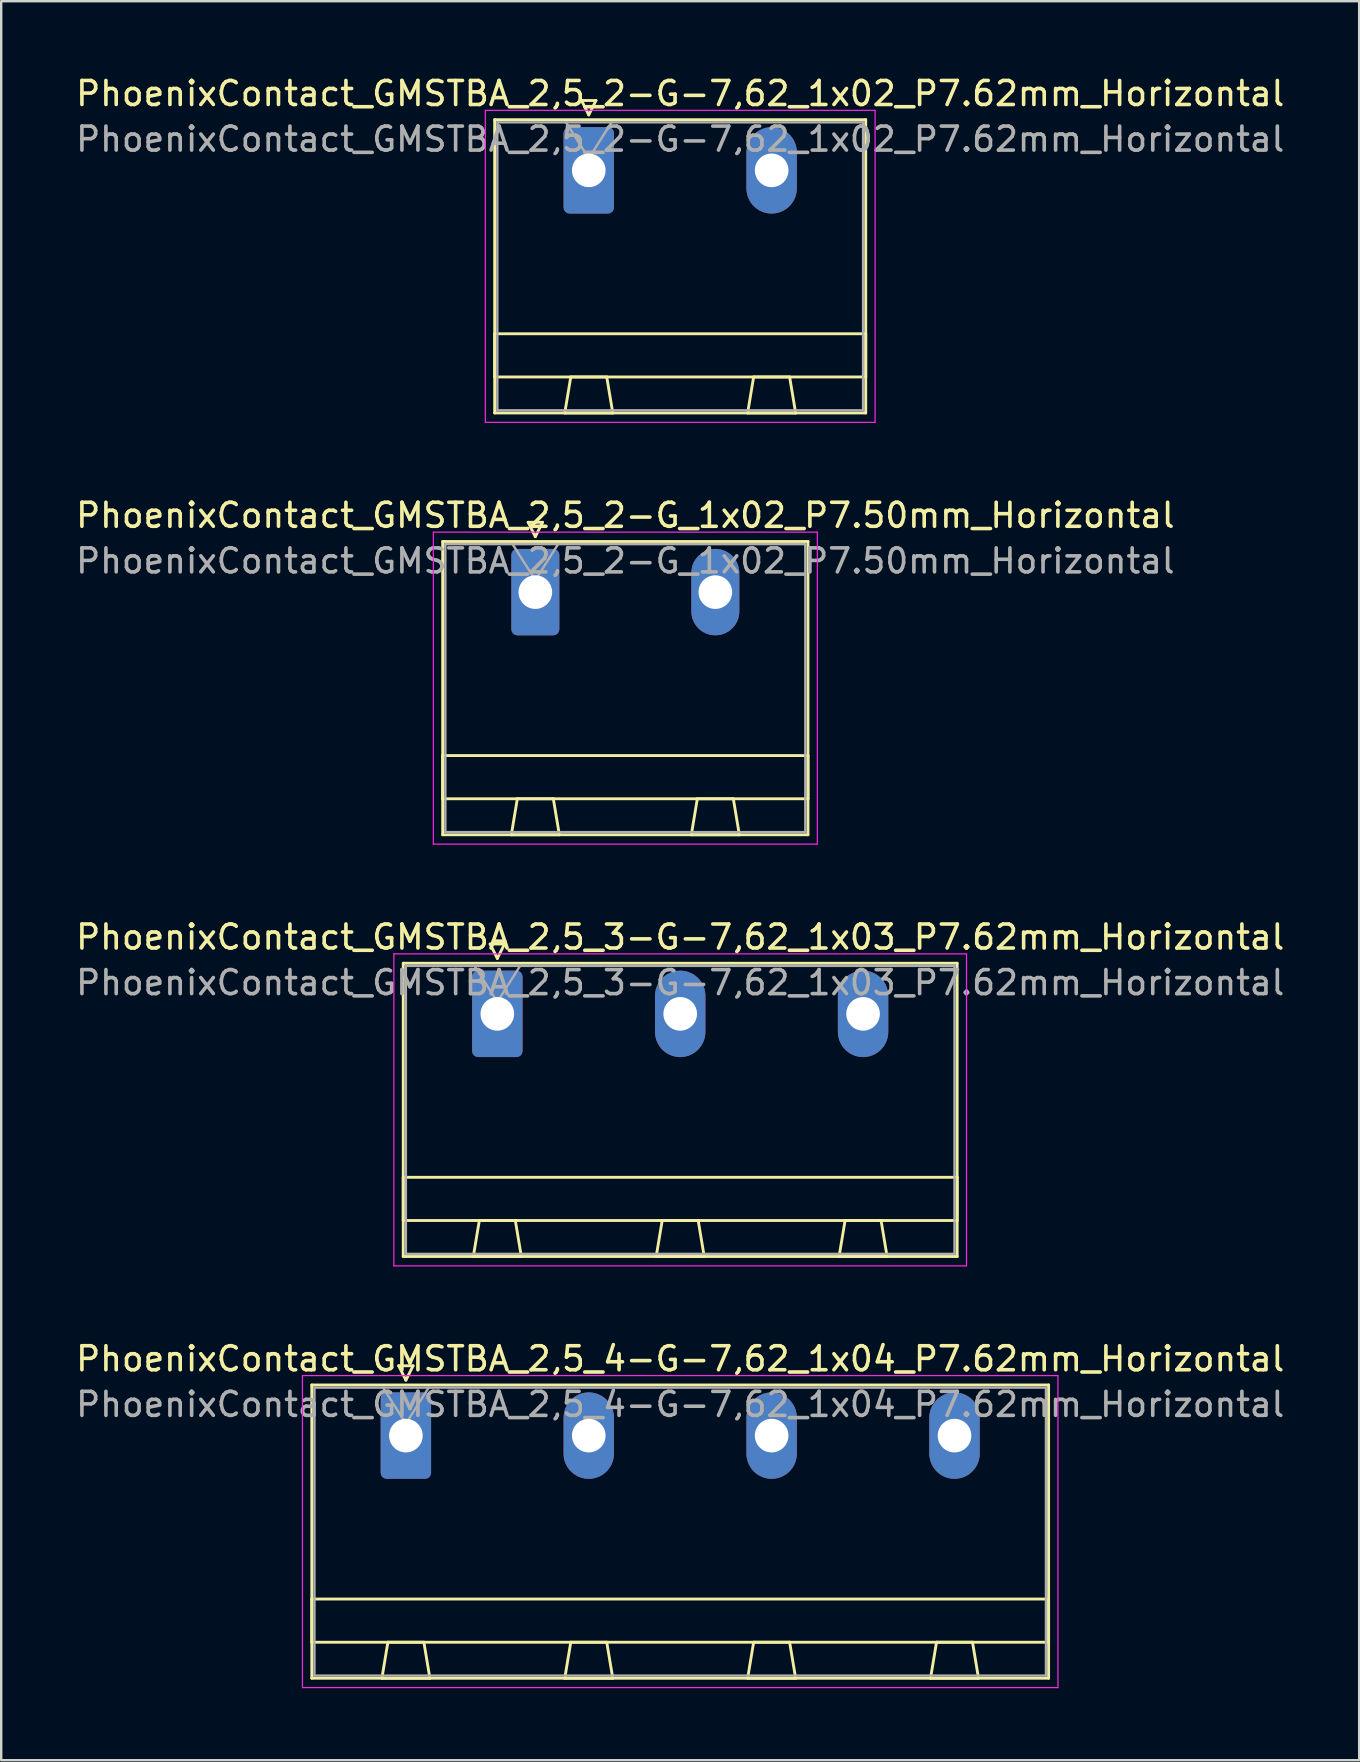
<source format=kicad_pcb>
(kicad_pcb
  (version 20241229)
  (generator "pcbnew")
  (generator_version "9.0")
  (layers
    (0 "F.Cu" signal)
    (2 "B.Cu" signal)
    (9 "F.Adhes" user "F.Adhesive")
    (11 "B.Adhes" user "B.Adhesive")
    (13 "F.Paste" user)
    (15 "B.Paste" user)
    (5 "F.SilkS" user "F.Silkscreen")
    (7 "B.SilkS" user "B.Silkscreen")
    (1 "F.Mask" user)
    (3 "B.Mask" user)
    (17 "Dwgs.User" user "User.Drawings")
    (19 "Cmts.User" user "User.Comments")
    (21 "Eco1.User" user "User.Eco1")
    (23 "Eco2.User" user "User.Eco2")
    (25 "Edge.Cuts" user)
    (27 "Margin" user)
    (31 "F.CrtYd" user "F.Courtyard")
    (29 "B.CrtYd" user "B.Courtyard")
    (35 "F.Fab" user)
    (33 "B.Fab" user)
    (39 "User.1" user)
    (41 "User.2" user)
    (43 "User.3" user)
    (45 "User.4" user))
  (footprint "PhoenixContact_GMSTBA_2,5_3-G-7,62_1x03_P7.62mm_Horizontal"
    (layer "F.Cu")
    (at 17.672 39.195)
    (property "Reference" "PhoenixContact_GMSTBA_2,5_3-G-7,62_1x03_P7.62mm_Horizontal" (at 7.62 -3.2 0) (layer "F.SilkS") (effects (font (size 1 1) (thickness 0.15))))
    (attr through_hole)
    (fp_line (start -3.92 -2.11) (end -3.92 10.11) (stroke (width 0.12) (type solid)) (layer "F.SilkS"))
    (fp_line (start -3.92 6.81) (end 19.16 6.81) (stroke (width 0.12) (type solid)) (layer "F.SilkS"))
    (fp_line (start -3.92 8.61) (end -3.92 6.81) (stroke (width 0.12) (type solid)) (layer "F.SilkS"))
    (fp_line (start -3.92 10.11) (end 19.16 10.11) (stroke (width 0.12) (type solid)) (layer "F.SilkS"))
    (fp_line (start -1 10.11) (end 1 10.11) (stroke (width 0.12) (type solid)) (layer "F.SilkS"))
    (fp_line (start -0.75 8.61) (end -1 10.11) (stroke (width 0.12) (type solid)) (layer "F.SilkS"))
    (fp_line (start -0.3 -2.91) (end 0.3 -2.91) (stroke (width 0.12) (type solid)) (layer "F.SilkS"))
    (fp_line (start 0 -2.31) (end -0.3 -2.91) (stroke (width 0.12) (type solid)) (layer "F.SilkS"))
    (fp_line (start 0.3 -2.91) (end 0 -2.31) (stroke (width 0.12) (type solid)) (layer "F.SilkS"))
    (fp_line (start 0.75 8.61) (end -0.75 8.61) (stroke (width 0.12) (type solid)) (layer "F.SilkS"))
    (fp_line (start 1 10.11) (end 0.75 8.61) (stroke (width 0.12) (type solid)) (layer "F.SilkS"))
    (fp_line (start 6.62 10.11) (end 8.62 10.11) (stroke (width 0.12) (type solid)) (layer "F.SilkS"))
    (fp_line (start 6.87 8.61) (end 6.62 10.11) (stroke (width 0.12) (type solid)) (layer "F.SilkS"))
    (fp_line (start 8.37 8.61) (end 6.87 8.61) (stroke (width 0.12) (type solid)) (layer "F.SilkS"))
    (fp_line (start 8.62 10.11) (end 8.37 8.61) (stroke (width 0.12) (type solid)) (layer "F.SilkS"))
    (fp_line (start 14.24 10.11) (end 16.24 10.11) (stroke (width 0.12) (type solid)) (layer "F.SilkS"))
    (fp_line (start 14.49 8.61) (end 14.24 10.11) (stroke (width 0.12) (type solid)) (layer "F.SilkS"))
    (fp_line (start 15.99 8.61) (end 14.49 8.61) (stroke (width 0.12) (type solid)) (layer "F.SilkS"))
    (fp_line (start 16.24 10.11) (end 15.99 8.61) (stroke (width 0.12) (type solid)) (layer "F.SilkS"))
    (fp_line (start 19.16 -2.11) (end -3.92 -2.11) (stroke (width 0.12) (type solid)) (layer "F.SilkS"))
    (fp_line (start 19.16 6.81) (end 19.16 8.61) (stroke (width 0.12) (type solid)) (layer "F.SilkS"))
    (fp_line (start 19.16 8.61) (end -3.92 8.61) (stroke (width 0.12) (type solid)) (layer "F.SilkS"))
    (fp_line (start 19.16 10.11) (end 19.16 -2.11) (stroke (width 0.12) (type solid)) (layer "F.SilkS"))
    (fp_line (start -4.31 -2.5) (end -4.31 10.5) (stroke (width 0.05) (type solid)) (layer "F.CrtYd"))
    (fp_line (start -4.31 10.5) (end 19.55 10.5) (stroke (width 0.05) (type solid)) (layer "F.CrtYd"))
    (fp_line (start 19.55 -2.5) (end -4.31 -2.5) (stroke (width 0.05) (type solid)) (layer "F.CrtYd"))
    (fp_line (start 19.55 10.5) (end 19.55 -2.5) (stroke (width 0.05) (type solid)) (layer "F.CrtYd"))
    (fp_line (start -3.81 -2) (end -3.81 10) (stroke (width 0.1) (type solid)) (layer "F.Fab"))
    (fp_line (start -3.81 10) (end 19.05 10) (stroke (width 0.1) (type solid)) (layer "F.Fab"))
    (fp_line (start 0 -0.5) (end -0.95 -2) (stroke (width 0.1) (type solid)) (layer "F.Fab"))
    (fp_line (start 0.95 -2) (end 0 -0.5) (stroke (width 0.1) (type solid)) (layer "F.Fab"))
    (fp_line (start 19.05 -2) (end -3.81 -2) (stroke (width 0.1) (type solid)) (layer "F.Fab"))
    (fp_line (start 19.05 10) (end 19.05 -2) (stroke (width 0.1) (type solid)) (layer "F.Fab"))
    (fp_text user "${REFERENCE}" (at 7.62 -1.3 0) (layer "F.Fab") (effects (font (size 1 1) (thickness 0.15))))
    (pad "1" thru_hole roundrect (at 0 0) (size 2.1 3.6) (drill 1.4) (layers "*.Cu" "*.Mask") (roundrect_rratio 0.119))
    (pad "2" thru_hole oval (at 7.62 0) (size 2.1 3.6) (drill 1.4) (layers "*.Cu" "*.Mask"))
    (pad "3" thru_hole oval (at 15.24 0) (size 2.1 3.6) (drill 1.4) (layers "*.Cu" "*.Mask")))
  (footprint "PhoenixContact_GMSTBA_2,5_4-G-7,62_1x04_P7.62mm_Horizontal"
    (layer "F.Cu")
    (at 13.862 56.768)
    (property "Reference" "PhoenixContact_GMSTBA_2,5_4-G-7,62_1x04_P7.62mm_Horizontal" (at 11.43 -3.2 0) (layer "F.SilkS") (effects (font (size 1 1) (thickness 0.15))))
    (attr through_hole)
    (fp_line (start -3.92 -2.11) (end -3.92 10.11) (stroke (width 0.12) (type solid)) (layer "F.SilkS"))
    (fp_line (start -3.92 6.81) (end 26.78 6.81) (stroke (width 0.12) (type solid)) (layer "F.SilkS"))
    (fp_line (start -3.92 8.61) (end -3.92 6.81) (stroke (width 0.12) (type solid)) (layer "F.SilkS"))
    (fp_line (start -3.92 10.11) (end 26.78 10.11) (stroke (width 0.12) (type solid)) (layer "F.SilkS"))
    (fp_line (start -1 10.11) (end 1 10.11) (stroke (width 0.12) (type solid)) (layer "F.SilkS"))
    (fp_line (start -0.75 8.61) (end -1 10.11) (stroke (width 0.12) (type solid)) (layer "F.SilkS"))
    (fp_line (start -0.3 -2.91) (end 0.3 -2.91) (stroke (width 0.12) (type solid)) (layer "F.SilkS"))
    (fp_line (start 0 -2.31) (end -0.3 -2.91) (stroke (width 0.12) (type solid)) (layer "F.SilkS"))
    (fp_line (start 0.3 -2.91) (end 0 -2.31) (stroke (width 0.12) (type solid)) (layer "F.SilkS"))
    (fp_line (start 0.75 8.61) (end -0.75 8.61) (stroke (width 0.12) (type solid)) (layer "F.SilkS"))
    (fp_line (start 1 10.11) (end 0.75 8.61) (stroke (width 0.12) (type solid)) (layer "F.SilkS"))
    (fp_line (start 6.62 10.11) (end 8.62 10.11) (stroke (width 0.12) (type solid)) (layer "F.SilkS"))
    (fp_line (start 6.87 8.61) (end 6.62 10.11) (stroke (width 0.12) (type solid)) (layer "F.SilkS"))
    (fp_line (start 8.37 8.61) (end 6.87 8.61) (stroke (width 0.12) (type solid)) (layer "F.SilkS"))
    (fp_line (start 8.62 10.11) (end 8.37 8.61) (stroke (width 0.12) (type solid)) (layer "F.SilkS"))
    (fp_line (start 14.24 10.11) (end 16.24 10.11) (stroke (width 0.12) (type solid)) (layer "F.SilkS"))
    (fp_line (start 14.49 8.61) (end 14.24 10.11) (stroke (width 0.12) (type solid)) (layer "F.SilkS"))
    (fp_line (start 15.99 8.61) (end 14.49 8.61) (stroke (width 0.12) (type solid)) (layer "F.SilkS"))
    (fp_line (start 16.24 10.11) (end 15.99 8.61) (stroke (width 0.12) (type solid)) (layer "F.SilkS"))
    (fp_line (start 21.86 10.11) (end 23.86 10.11) (stroke (width 0.12) (type solid)) (layer "F.SilkS"))
    (fp_line (start 22.11 8.61) (end 21.86 10.11) (stroke (width 0.12) (type solid)) (layer "F.SilkS"))
    (fp_line (start 23.61 8.61) (end 22.11 8.61) (stroke (width 0.12) (type solid)) (layer "F.SilkS"))
    (fp_line (start 23.86 10.11) (end 23.61 8.61) (stroke (width 0.12) (type solid)) (layer "F.SilkS"))
    (fp_line (start 26.78 -2.11) (end -3.92 -2.11) (stroke (width 0.12) (type solid)) (layer "F.SilkS"))
    (fp_line (start 26.78 6.81) (end 26.78 8.61) (stroke (width 0.12) (type solid)) (layer "F.SilkS"))
    (fp_line (start 26.78 8.61) (end -3.92 8.61) (stroke (width 0.12) (type solid)) (layer "F.SilkS"))
    (fp_line (start 26.78 10.11) (end 26.78 -2.11) (stroke (width 0.12) (type solid)) (layer "F.SilkS"))
    (fp_line (start -4.31 -2.5) (end -4.31 10.5) (stroke (width 0.05) (type solid)) (layer "F.CrtYd"))
    (fp_line (start -4.31 10.5) (end 27.17 10.5) (stroke (width 0.05) (type solid)) (layer "F.CrtYd"))
    (fp_line (start 27.17 -2.5) (end -4.31 -2.5) (stroke (width 0.05) (type solid)) (layer "F.CrtYd"))
    (fp_line (start 27.17 10.5) (end 27.17 -2.5) (stroke (width 0.05) (type solid)) (layer "F.CrtYd"))
    (fp_line (start -3.81 -2) (end -3.81 10) (stroke (width 0.1) (type solid)) (layer "F.Fab"))
    (fp_line (start -3.81 10) (end 26.67 10) (stroke (width 0.1) (type solid)) (layer "F.Fab"))
    (fp_line (start 0 -0.5) (end -0.95 -2) (stroke (width 0.1) (type solid)) (layer "F.Fab"))
    (fp_line (start 0.95 -2) (end 0 -0.5) (stroke (width 0.1) (type solid)) (layer "F.Fab"))
    (fp_line (start 26.67 -2) (end -3.81 -2) (stroke (width 0.1) (type solid)) (layer "F.Fab"))
    (fp_line (start 26.67 10) (end 26.67 -2) (stroke (width 0.1) (type solid)) (layer "F.Fab"))
    (fp_text user "${REFERENCE}" (at 11.43 -1.3 0) (layer "F.Fab") (effects (font (size 1 1) (thickness 0.15))))
    (pad "1" thru_hole roundrect (at 0 0) (size 2.1 3.6) (drill 1.4) (layers "*.Cu" "*.Mask") (roundrect_rratio 0.119))
    (pad "2" thru_hole oval (at 7.62 0) (size 2.1 3.6) (drill 1.4) (layers "*.Cu" "*.Mask"))
    (pad "3" thru_hole oval (at 15.24 0) (size 2.1 3.6) (drill 1.4) (layers "*.Cu" "*.Mask"))
    (pad "4" thru_hole oval (at 22.86 0) (size 2.1 3.6) (drill 1.4) (layers "*.Cu" "*.Mask")))
  (footprint "PhoenixContact_GMSTBA_2,5_2-G-7,62_1x02_P7.62mm_Horizontal"
    (layer "F.Cu")
    (at 21.482 4.048)
    (property "Reference" "PhoenixContact_GMSTBA_2,5_2-G-7,62_1x02_P7.62mm_Horizontal" (at 3.81 -3.2 0) (layer "F.SilkS") (effects (font (size 1 1) (thickness 0.15))))
    (attr through_hole)
    (fp_line (start -3.92 -2.11) (end -3.92 10.11) (stroke (width 0.12) (type solid)) (layer "F.SilkS"))
    (fp_line (start -3.92 6.81) (end 11.54 6.81) (stroke (width 0.12) (type solid)) (layer "F.SilkS"))
    (fp_line (start -3.92 8.61) (end -3.92 6.81) (stroke (width 0.12) (type solid)) (layer "F.SilkS"))
    (fp_line (start -3.92 10.11) (end 11.54 10.11) (stroke (width 0.12) (type solid)) (layer "F.SilkS"))
    (fp_line (start -1 10.11) (end 1 10.11) (stroke (width 0.12) (type solid)) (layer "F.SilkS"))
    (fp_line (start -0.75 8.61) (end -1 10.11) (stroke (width 0.12) (type solid)) (layer "F.SilkS"))
    (fp_line (start -0.3 -2.91) (end 0.3 -2.91) (stroke (width 0.12) (type solid)) (layer "F.SilkS"))
    (fp_line (start 0 -2.31) (end -0.3 -2.91) (stroke (width 0.12) (type solid)) (layer "F.SilkS"))
    (fp_line (start 0.3 -2.91) (end 0 -2.31) (stroke (width 0.12) (type solid)) (layer "F.SilkS"))
    (fp_line (start 0.75 8.61) (end -0.75 8.61) (stroke (width 0.12) (type solid)) (layer "F.SilkS"))
    (fp_line (start 1 10.11) (end 0.75 8.61) (stroke (width 0.12) (type solid)) (layer "F.SilkS"))
    (fp_line (start 6.62 10.11) (end 8.62 10.11) (stroke (width 0.12) (type solid)) (layer "F.SilkS"))
    (fp_line (start 6.87 8.61) (end 6.62 10.11) (stroke (width 0.12) (type solid)) (layer "F.SilkS"))
    (fp_line (start 8.37 8.61) (end 6.87 8.61) (stroke (width 0.12) (type solid)) (layer "F.SilkS"))
    (fp_line (start 8.62 10.11) (end 8.37 8.61) (stroke (width 0.12) (type solid)) (layer "F.SilkS"))
    (fp_line (start 11.54 -2.11) (end -3.92 -2.11) (stroke (width 0.12) (type solid)) (layer "F.SilkS"))
    (fp_line (start 11.54 6.81) (end 11.54 8.61) (stroke (width 0.12) (type solid)) (layer "F.SilkS"))
    (fp_line (start 11.54 8.61) (end -3.92 8.61) (stroke (width 0.12) (type solid)) (layer "F.SilkS"))
    (fp_line (start 11.54 10.11) (end 11.54 -2.11) (stroke (width 0.12) (type solid)) (layer "F.SilkS"))
    (fp_line (start -4.31 -2.5) (end -4.31 10.5) (stroke (width 0.05) (type solid)) (layer "F.CrtYd"))
    (fp_line (start -4.31 10.5) (end 11.93 10.5) (stroke (width 0.05) (type solid)) (layer "F.CrtYd"))
    (fp_line (start 11.93 -2.5) (end -4.31 -2.5) (stroke (width 0.05) (type solid)) (layer "F.CrtYd"))
    (fp_line (start 11.93 10.5) (end 11.93 -2.5) (stroke (width 0.05) (type solid)) (layer "F.CrtYd"))
    (fp_line (start -3.81 -2) (end -3.81 10) (stroke (width 0.1) (type solid)) (layer "F.Fab"))
    (fp_line (start -3.81 10) (end 11.43 10) (stroke (width 0.1) (type solid)) (layer "F.Fab"))
    (fp_line (start 0 -0.5) (end -0.95 -2) (stroke (width 0.1) (type solid)) (layer "F.Fab"))
    (fp_line (start 0.95 -2) (end 0 -0.5) (stroke (width 0.1) (type solid)) (layer "F.Fab"))
    (fp_line (start 11.43 -2) (end -3.81 -2) (stroke (width 0.1) (type solid)) (layer "F.Fab"))
    (fp_line (start 11.43 10) (end 11.43 -2) (stroke (width 0.1) (type solid)) (layer "F.Fab"))
    (fp_text user "${REFERENCE}" (at 3.81 -1.3 0) (layer "F.Fab") (effects (font (size 1 1) (thickness 0.15))))
    (pad "1" thru_hole roundrect (at 0 0) (size 2.1 3.6) (drill 1.4) (layers "*.Cu" "*.Mask") (roundrect_rratio 0.119))
    (pad "2" thru_hole oval (at 7.62 0) (size 2.1 3.6) (drill 1.4) (layers "*.Cu" "*.Mask")))
  (footprint "PhoenixContact_GMSTBA_2,5_2-G_1x02_P7.50mm_Horizontal"
    (layer "F.Cu")
    (at 19.256 21.622)
    (property "Reference" "PhoenixContact_GMSTBA_2,5_2-G_1x02_P7.50mm_Horizontal" (at 3.75 -3.2 0) (layer "F.SilkS") (effects (font (size 1 1) (thickness 0.15))))
    (attr through_hole)
    (fp_line (start -3.86 -2.11) (end -3.86 10.11) (stroke (width 0.12) (type solid)) (layer "F.SilkS"))
    (fp_line (start -3.86 6.81) (end 11.36 6.81) (stroke (width 0.12) (type solid)) (layer "F.SilkS"))
    (fp_line (start -3.86 8.61) (end -3.86 6.81) (stroke (width 0.12) (type solid)) (layer "F.SilkS"))
    (fp_line (start -3.86 10.11) (end 11.36 10.11) (stroke (width 0.12) (type solid)) (layer "F.SilkS"))
    (fp_line (start -1 10.11) (end 1 10.11) (stroke (width 0.12) (type solid)) (layer "F.SilkS"))
    (fp_line (start -0.75 8.61) (end -1 10.11) (stroke (width 0.12) (type solid)) (layer "F.SilkS"))
    (fp_line (start -0.3 -2.91) (end 0.3 -2.91) (stroke (width 0.12) (type solid)) (layer "F.SilkS"))
    (fp_line (start 0 -2.31) (end -0.3 -2.91) (stroke (width 0.12) (type solid)) (layer "F.SilkS"))
    (fp_line (start 0.3 -2.91) (end 0 -2.31) (stroke (width 0.12) (type solid)) (layer "F.SilkS"))
    (fp_line (start 0.75 8.61) (end -0.75 8.61) (stroke (width 0.12) (type solid)) (layer "F.SilkS"))
    (fp_line (start 1 10.11) (end 0.75 8.61) (stroke (width 0.12) (type solid)) (layer "F.SilkS"))
    (fp_line (start 6.5 10.11) (end 8.5 10.11) (stroke (width 0.12) (type solid)) (layer "F.SilkS"))
    (fp_line (start 6.75 8.61) (end 6.5 10.11) (stroke (width 0.12) (type solid)) (layer "F.SilkS"))
    (fp_line (start 8.25 8.61) (end 6.75 8.61) (stroke (width 0.12) (type solid)) (layer "F.SilkS"))
    (fp_line (start 8.5 10.11) (end 8.25 8.61) (stroke (width 0.12) (type solid)) (layer "F.SilkS"))
    (fp_line (start 11.36 -2.11) (end -3.86 -2.11) (stroke (width 0.12) (type solid)) (layer "F.SilkS"))
    (fp_line (start 11.36 6.81) (end 11.36 8.61) (stroke (width 0.12) (type solid)) (layer "F.SilkS"))
    (fp_line (start 11.36 8.61) (end -3.86 8.61) (stroke (width 0.12) (type solid)) (layer "F.SilkS"))
    (fp_line (start 11.36 10.11) (end 11.36 -2.11) (stroke (width 0.12) (type solid)) (layer "F.SilkS"))
    (fp_line (start -4.25 -2.5) (end -4.25 10.5) (stroke (width 0.05) (type solid)) (layer "F.CrtYd"))
    (fp_line (start -4.25 10.5) (end 11.75 10.5) (stroke (width 0.05) (type solid)) (layer "F.CrtYd"))
    (fp_line (start 11.75 -2.5) (end -4.25 -2.5) (stroke (width 0.05) (type solid)) (layer "F.CrtYd"))
    (fp_line (start 11.75 10.5) (end 11.75 -2.5) (stroke (width 0.05) (type solid)) (layer "F.CrtYd"))
    (fp_line (start -3.75 -2) (end -3.75 10) (stroke (width 0.1) (type solid)) (layer "F.Fab"))
    (fp_line (start -3.75 10) (end 11.25 10) (stroke (width 0.1) (type solid)) (layer "F.Fab"))
    (fp_line (start 0 -0.5) (end -0.95 -2) (stroke (width 0.1) (type solid)) (layer "F.Fab"))
    (fp_line (start 0.95 -2) (end 0 -0.5) (stroke (width 0.1) (type solid)) (layer "F.Fab"))
    (fp_line (start 11.25 -2) (end -3.75 -2) (stroke (width 0.1) (type solid)) (layer "F.Fab"))
    (fp_line (start 11.25 10) (end 11.25 -2) (stroke (width 0.1) (type solid)) (layer "F.Fab"))
    (fp_text user "${REFERENCE}" (at 3.75 -1.3 0) (layer "F.Fab") (effects (font (size 1 1) (thickness 0.15))))
    (pad "1" thru_hole roundrect (at 0 0) (size 2 3.6) (drill 1.4) (layers "*.Cu" "*.Mask") (roundrect_rratio 0.125))
    (pad "2" thru_hole oval (at 7.5 0) (size 2 3.6) (drill 1.4) (layers "*.Cu" "*.Mask")))
  (gr_rect
    (start -3 -3)
    (end 53.583 70.293)
    (stroke (width 0.1) (type default))
    (fill no)
    (layer "Edge.Cuts")))
</source>
